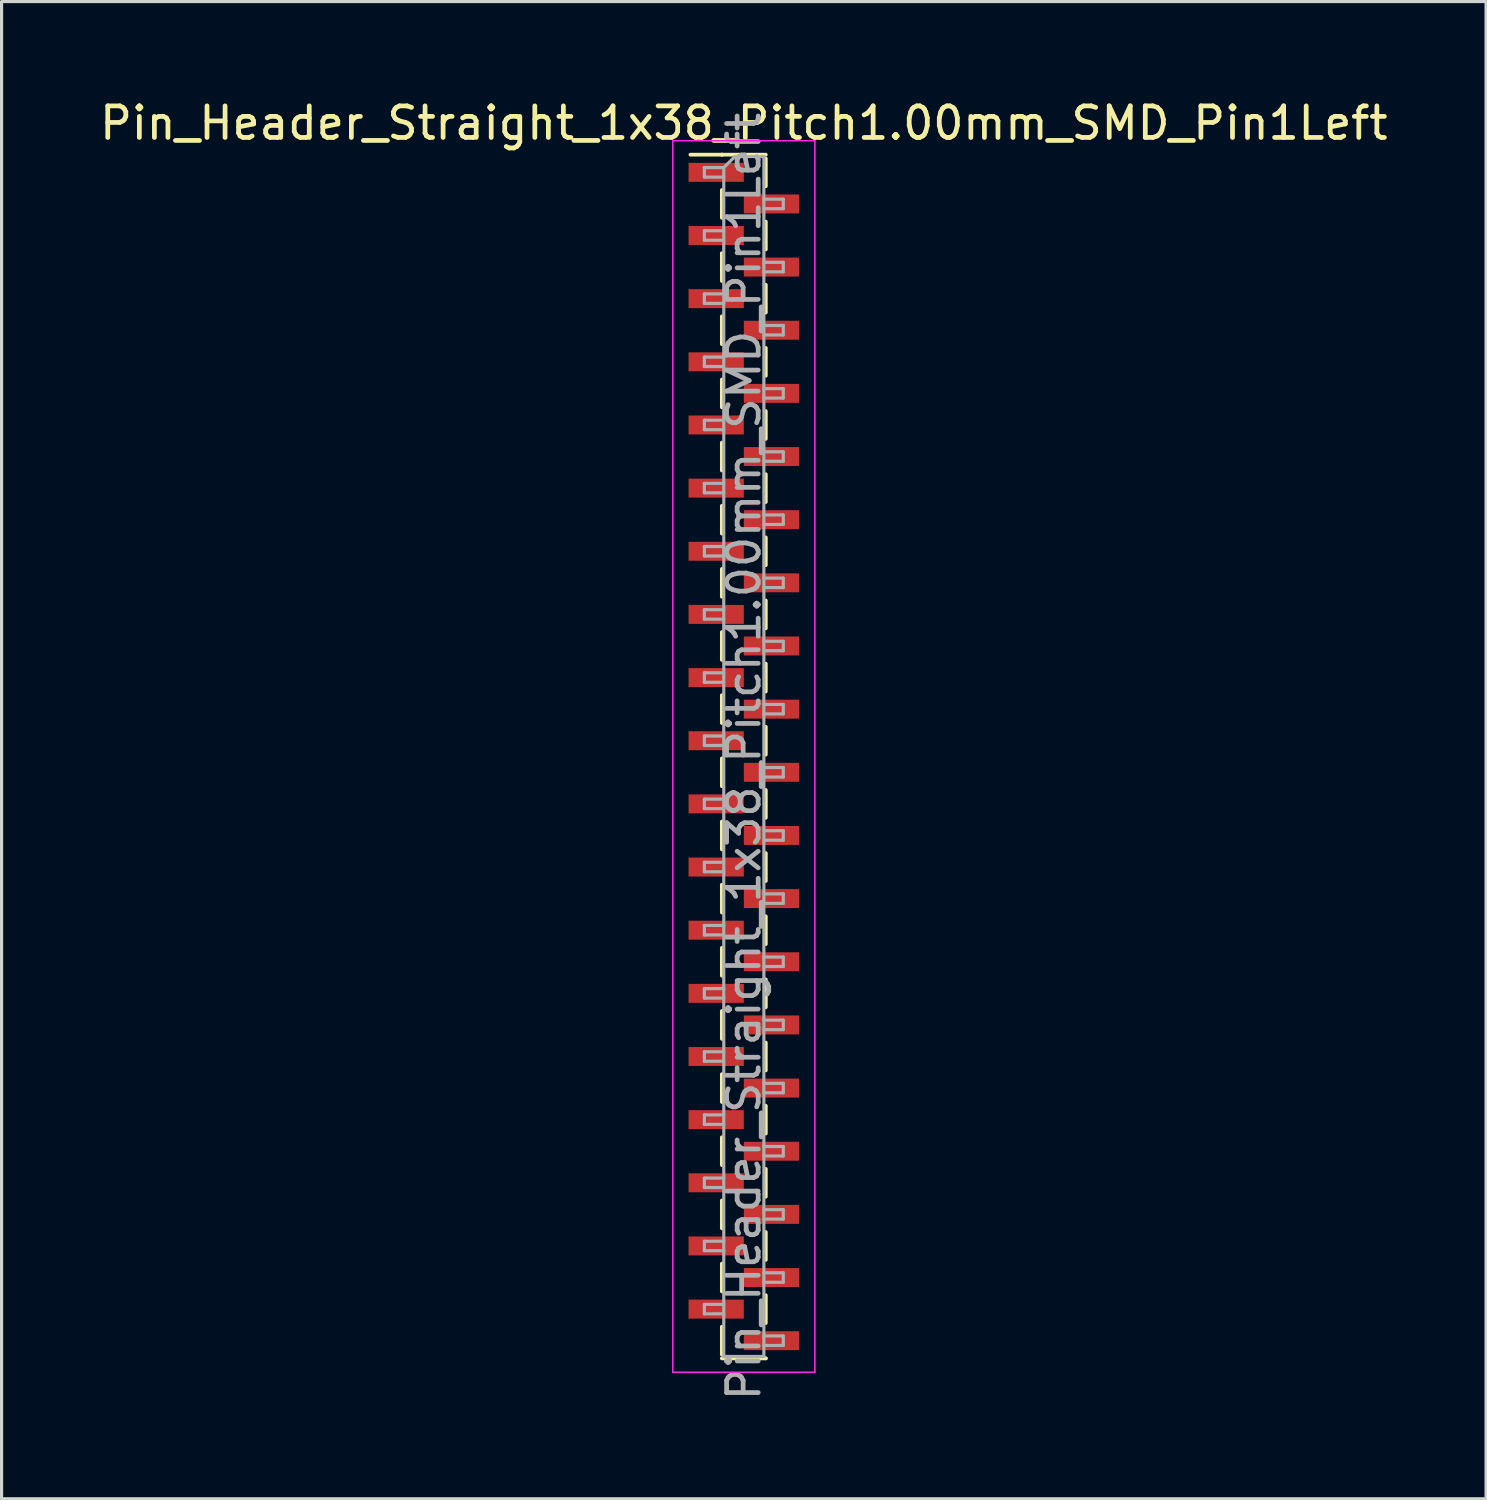
<source format=kicad_pcb>
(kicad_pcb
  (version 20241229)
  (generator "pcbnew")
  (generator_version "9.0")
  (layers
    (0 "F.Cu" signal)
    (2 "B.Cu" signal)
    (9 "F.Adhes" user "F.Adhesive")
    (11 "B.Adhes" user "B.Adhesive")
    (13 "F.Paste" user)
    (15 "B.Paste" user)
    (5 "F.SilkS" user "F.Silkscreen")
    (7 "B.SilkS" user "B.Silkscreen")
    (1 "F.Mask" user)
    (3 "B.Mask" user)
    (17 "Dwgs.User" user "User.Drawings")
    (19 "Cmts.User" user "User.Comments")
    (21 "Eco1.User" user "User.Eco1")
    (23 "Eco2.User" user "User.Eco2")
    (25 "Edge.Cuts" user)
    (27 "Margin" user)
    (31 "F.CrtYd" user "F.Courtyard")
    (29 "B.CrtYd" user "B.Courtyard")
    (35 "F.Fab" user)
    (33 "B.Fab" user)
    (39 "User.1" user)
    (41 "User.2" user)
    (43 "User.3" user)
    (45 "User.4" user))
  (footprint "Pin_Header_Straight_1x38_Pitch1.00mm_SMD_Pin1Left"
    (layer "F.Cu")
    (at 20.506 20.908)
    (property "Reference" "Pin_Header_Straight_1x38_Pitch1.00mm_SMD_Pin1Left" (at 0 -20.06 0) (layer "F.SilkS") (effects (font (size 1 1) (thickness 0.15))))
    (attr smd)
    (fp_line (start -0.695 -19.06) (end -1.69 -19.06) (stroke (width 0.12) (type solid)) (layer "F.SilkS"))
    (fp_line (start -0.695 -19.06) (end -0.695 -19.06) (stroke (width 0.12) (type solid)) (layer "F.SilkS"))
    (fp_line (start -0.695 -19.06) (end 0.695 -19.06) (stroke (width 0.12) (type solid)) (layer "F.SilkS"))
    (fp_line (start -0.695 -17.94) (end -0.695 -17.06) (stroke (width 0.12) (type solid)) (layer "F.SilkS"))
    (fp_line (start -0.695 -15.94) (end -0.695 -15.06) (stroke (width 0.12) (type solid)) (layer "F.SilkS"))
    (fp_line (start -0.695 -13.94) (end -0.695 -13.06) (stroke (width 0.12) (type solid)) (layer "F.SilkS"))
    (fp_line (start -0.695 -11.94) (end -0.695 -11.06) (stroke (width 0.12) (type solid)) (layer "F.SilkS"))
    (fp_line (start -0.695 -9.94) (end -0.695 -9.06) (stroke (width 0.12) (type solid)) (layer "F.SilkS"))
    (fp_line (start -0.695 -7.94) (end -0.695 -7.06) (stroke (width 0.12) (type solid)) (layer "F.SilkS"))
    (fp_line (start -0.695 -5.94) (end -0.695 -5.06) (stroke (width 0.12) (type solid)) (layer "F.SilkS"))
    (fp_line (start -0.695 -3.94) (end -0.695 -3.06) (stroke (width 0.12) (type solid)) (layer "F.SilkS"))
    (fp_line (start -0.695 -1.94) (end -0.695 -1.06) (stroke (width 0.12) (type solid)) (layer "F.SilkS"))
    (fp_line (start -0.695 0.06) (end -0.695 0.94) (stroke (width 0.12) (type solid)) (layer "F.SilkS"))
    (fp_line (start -0.695 2.06) (end -0.695 2.94) (stroke (width 0.12) (type solid)) (layer "F.SilkS"))
    (fp_line (start -0.695 4.06) (end -0.695 4.94) (stroke (width 0.12) (type solid)) (layer "F.SilkS"))
    (fp_line (start -0.695 6.06) (end -0.695 6.94) (stroke (width 0.12) (type solid)) (layer "F.SilkS"))
    (fp_line (start -0.695 8.06) (end -0.695 8.94) (stroke (width 0.12) (type solid)) (layer "F.SilkS"))
    (fp_line (start -0.695 10.06) (end -0.695 10.94) (stroke (width 0.12) (type solid)) (layer "F.SilkS"))
    (fp_line (start -0.695 12.06) (end -0.695 12.94) (stroke (width 0.12) (type solid)) (layer "F.SilkS"))
    (fp_line (start -0.695 14.06) (end -0.695 14.94) (stroke (width 0.12) (type solid)) (layer "F.SilkS"))
    (fp_line (start -0.695 16.06) (end -0.695 16.94) (stroke (width 0.12) (type solid)) (layer "F.SilkS"))
    (fp_line (start -0.695 18.06) (end -0.695 18.94) (stroke (width 0.12) (type solid)) (layer "F.SilkS"))
    (fp_line (start -0.695 19.06) (end 0.695 19.06) (stroke (width 0.12) (type solid)) (layer "F.SilkS"))
    (fp_line (start 0.695 -18.94) (end 0.695 -18.06) (stroke (width 0.12) (type solid)) (layer "F.SilkS"))
    (fp_line (start 0.695 -16.94) (end 0.695 -16.06) (stroke (width 0.12) (type solid)) (layer "F.SilkS"))
    (fp_line (start 0.695 -14.94) (end 0.695 -14.06) (stroke (width 0.12) (type solid)) (layer "F.SilkS"))
    (fp_line (start 0.695 -12.94) (end 0.695 -12.06) (stroke (width 0.12) (type solid)) (layer "F.SilkS"))
    (fp_line (start 0.695 -10.94) (end 0.695 -10.06) (stroke (width 0.12) (type solid)) (layer "F.SilkS"))
    (fp_line (start 0.695 -8.94) (end 0.695 -8.06) (stroke (width 0.12) (type solid)) (layer "F.SilkS"))
    (fp_line (start 0.695 -6.94) (end 0.695 -6.06) (stroke (width 0.12) (type solid)) (layer "F.SilkS"))
    (fp_line (start 0.695 -4.94) (end 0.695 -4.06) (stroke (width 0.12) (type solid)) (layer "F.SilkS"))
    (fp_line (start 0.695 -2.94) (end 0.695 -2.06) (stroke (width 0.12) (type solid)) (layer "F.SilkS"))
    (fp_line (start 0.695 -0.94) (end 0.695 -0.06) (stroke (width 0.12) (type solid)) (layer "F.SilkS"))
    (fp_line (start 0.695 1.06) (end 0.695 1.94) (stroke (width 0.12) (type solid)) (layer "F.SilkS"))
    (fp_line (start 0.695 3.06) (end 0.695 3.94) (stroke (width 0.12) (type solid)) (layer "F.SilkS"))
    (fp_line (start 0.695 5.06) (end 0.695 5.94) (stroke (width 0.12) (type solid)) (layer "F.SilkS"))
    (fp_line (start 0.695 7.06) (end 0.695 7.94) (stroke (width 0.12) (type solid)) (layer "F.SilkS"))
    (fp_line (start 0.695 9.06) (end 0.695 9.94) (stroke (width 0.12) (type solid)) (layer "F.SilkS"))
    (fp_line (start 0.695 11.06) (end 0.695 11.94) (stroke (width 0.12) (type solid)) (layer "F.SilkS"))
    (fp_line (start 0.695 13.06) (end 0.695 13.94) (stroke (width 0.12) (type solid)) (layer "F.SilkS"))
    (fp_line (start 0.695 15.06) (end 0.695 15.94) (stroke (width 0.12) (type solid)) (layer "F.SilkS"))
    (fp_line (start 0.695 17.06) (end 0.695 17.94) (stroke (width 0.12) (type solid)) (layer "F.SilkS"))
    (fp_line (start 0.695 19.06) (end 0.695 19.06) (stroke (width 0.12) (type solid)) (layer "F.SilkS"))
    (fp_line (start -2.25 -19.5) (end -2.25 19.5) (stroke (width 0.05) (type solid)) (layer "F.CrtYd"))
    (fp_line (start -2.25 19.5) (end 2.25 19.5) (stroke (width 0.05) (type solid)) (layer "F.CrtYd"))
    (fp_line (start 2.25 -19.5) (end -2.25 -19.5) (stroke (width 0.05) (type solid)) (layer "F.CrtYd"))
    (fp_line (start 2.25 19.5) (end 2.25 -19.5) (stroke (width 0.05) (type solid)) (layer "F.CrtYd"))
    (fp_line (start -1.25 -18.65) (end -1.25 -18.35) (stroke (width 0.1) (type solid)) (layer "F.Fab"))
    (fp_line (start -1.25 -18.35) (end -0.635 -18.35) (stroke (width 0.1) (type solid)) (layer "F.Fab"))
    (fp_line (start -1.25 -16.65) (end -1.25 -16.35) (stroke (width 0.1) (type solid)) (layer "F.Fab"))
    (fp_line (start -1.25 -16.35) (end -0.635 -16.35) (stroke (width 0.1) (type solid)) (layer "F.Fab"))
    (fp_line (start -1.25 -14.65) (end -1.25 -14.35) (stroke (width 0.1) (type solid)) (layer "F.Fab"))
    (fp_line (start -1.25 -14.35) (end -0.635 -14.35) (stroke (width 0.1) (type solid)) (layer "F.Fab"))
    (fp_line (start -1.25 -12.65) (end -1.25 -12.35) (stroke (width 0.1) (type solid)) (layer "F.Fab"))
    (fp_line (start -1.25 -12.35) (end -0.635 -12.35) (stroke (width 0.1) (type solid)) (layer "F.Fab"))
    (fp_line (start -1.25 -10.65) (end -1.25 -10.35) (stroke (width 0.1) (type solid)) (layer "F.Fab"))
    (fp_line (start -1.25 -10.35) (end -0.635 -10.35) (stroke (width 0.1) (type solid)) (layer "F.Fab"))
    (fp_line (start -1.25 -8.65) (end -1.25 -8.35) (stroke (width 0.1) (type solid)) (layer "F.Fab"))
    (fp_line (start -1.25 -8.35) (end -0.635 -8.35) (stroke (width 0.1) (type solid)) (layer "F.Fab"))
    (fp_line (start -1.25 -6.65) (end -1.25 -6.35) (stroke (width 0.1) (type solid)) (layer "F.Fab"))
    (fp_line (start -1.25 -6.35) (end -0.635 -6.35) (stroke (width 0.1) (type solid)) (layer "F.Fab"))
    (fp_line (start -1.25 -4.65) (end -1.25 -4.35) (stroke (width 0.1) (type solid)) (layer "F.Fab"))
    (fp_line (start -1.25 -4.35) (end -0.635 -4.35) (stroke (width 0.1) (type solid)) (layer "F.Fab"))
    (fp_line (start -1.25 -2.65) (end -1.25 -2.35) (stroke (width 0.1) (type solid)) (layer "F.Fab"))
    (fp_line (start -1.25 -2.35) (end -0.635 -2.35) (stroke (width 0.1) (type solid)) (layer "F.Fab"))
    (fp_line (start -1.25 -0.65) (end -1.25 -0.35) (stroke (width 0.1) (type solid)) (layer "F.Fab"))
    (fp_line (start -1.25 -0.35) (end -0.635 -0.35) (stroke (width 0.1) (type solid)) (layer "F.Fab"))
    (fp_line (start -1.25 1.35) (end -1.25 1.65) (stroke (width 0.1) (type solid)) (layer "F.Fab"))
    (fp_line (start -1.25 1.65) (end -0.635 1.65) (stroke (width 0.1) (type solid)) (layer "F.Fab"))
    (fp_line (start -1.25 3.35) (end -1.25 3.65) (stroke (width 0.1) (type solid)) (layer "F.Fab"))
    (fp_line (start -1.25 3.65) (end -0.635 3.65) (stroke (width 0.1) (type solid)) (layer "F.Fab"))
    (fp_line (start -1.25 5.35) (end -1.25 5.65) (stroke (width 0.1) (type solid)) (layer "F.Fab"))
    (fp_line (start -1.25 5.65) (end -0.635 5.65) (stroke (width 0.1) (type solid)) (layer "F.Fab"))
    (fp_line (start -1.25 7.35) (end -1.25 7.65) (stroke (width 0.1) (type solid)) (layer "F.Fab"))
    (fp_line (start -1.25 7.65) (end -0.635 7.65) (stroke (width 0.1) (type solid)) (layer "F.Fab"))
    (fp_line (start -1.25 9.35) (end -1.25 9.65) (stroke (width 0.1) (type solid)) (layer "F.Fab"))
    (fp_line (start -1.25 9.65) (end -0.635 9.65) (stroke (width 0.1) (type solid)) (layer "F.Fab"))
    (fp_line (start -1.25 11.35) (end -1.25 11.65) (stroke (width 0.1) (type solid)) (layer "F.Fab"))
    (fp_line (start -1.25 11.65) (end -0.635 11.65) (stroke (width 0.1) (type solid)) (layer "F.Fab"))
    (fp_line (start -1.25 13.35) (end -1.25 13.65) (stroke (width 0.1) (type solid)) (layer "F.Fab"))
    (fp_line (start -1.25 13.65) (end -0.635 13.65) (stroke (width 0.1) (type solid)) (layer "F.Fab"))
    (fp_line (start -1.25 15.35) (end -1.25 15.65) (stroke (width 0.1) (type solid)) (layer "F.Fab"))
    (fp_line (start -1.25 15.65) (end -0.635 15.65) (stroke (width 0.1) (type solid)) (layer "F.Fab"))
    (fp_line (start -1.25 17.35) (end -1.25 17.65) (stroke (width 0.1) (type solid)) (layer "F.Fab"))
    (fp_line (start -1.25 17.65) (end -0.635 17.65) (stroke (width 0.1) (type solid)) (layer "F.Fab"))
    (fp_line (start -0.635 -18.65) (end -1.25 -18.65) (stroke (width 0.1) (type solid)) (layer "F.Fab"))
    (fp_line (start -0.635 -18.65) (end -0.285 -19) (stroke (width 0.1) (type solid)) (layer "F.Fab"))
    (fp_line (start -0.635 -16.65) (end -1.25 -16.65) (stroke (width 0.1) (type solid)) (layer "F.Fab"))
    (fp_line (start -0.635 -14.65) (end -1.25 -14.65) (stroke (width 0.1) (type solid)) (layer "F.Fab"))
    (fp_line (start -0.635 -12.65) (end -1.25 -12.65) (stroke (width 0.1) (type solid)) (layer "F.Fab"))
    (fp_line (start -0.635 -10.65) (end -1.25 -10.65) (stroke (width 0.1) (type solid)) (layer "F.Fab"))
    (fp_line (start -0.635 -8.65) (end -1.25 -8.65) (stroke (width 0.1) (type solid)) (layer "F.Fab"))
    (fp_line (start -0.635 -6.65) (end -1.25 -6.65) (stroke (width 0.1) (type solid)) (layer "F.Fab"))
    (fp_line (start -0.635 -4.65) (end -1.25 -4.65) (stroke (width 0.1) (type solid)) (layer "F.Fab"))
    (fp_line (start -0.635 -2.65) (end -1.25 -2.65) (stroke (width 0.1) (type solid)) (layer "F.Fab"))
    (fp_line (start -0.635 -0.65) (end -1.25 -0.65) (stroke (width 0.1) (type solid)) (layer "F.Fab"))
    (fp_line (start -0.635 1.35) (end -1.25 1.35) (stroke (width 0.1) (type solid)) (layer "F.Fab"))
    (fp_line (start -0.635 3.35) (end -1.25 3.35) (stroke (width 0.1) (type solid)) (layer "F.Fab"))
    (fp_line (start -0.635 5.35) (end -1.25 5.35) (stroke (width 0.1) (type solid)) (layer "F.Fab"))
    (fp_line (start -0.635 7.35) (end -1.25 7.35) (stroke (width 0.1) (type solid)) (layer "F.Fab"))
    (fp_line (start -0.635 9.35) (end -1.25 9.35) (stroke (width 0.1) (type solid)) (layer "F.Fab"))
    (fp_line (start -0.635 11.35) (end -1.25 11.35) (stroke (width 0.1) (type solid)) (layer "F.Fab"))
    (fp_line (start -0.635 13.35) (end -1.25 13.35) (stroke (width 0.1) (type solid)) (layer "F.Fab"))
    (fp_line (start -0.635 15.35) (end -1.25 15.35) (stroke (width 0.1) (type solid)) (layer "F.Fab"))
    (fp_line (start -0.635 17.35) (end -1.25 17.35) (stroke (width 0.1) (type solid)) (layer "F.Fab"))
    (fp_line (start -0.635 19) (end -0.635 -18.65) (stroke (width 0.1) (type solid)) (layer "F.Fab"))
    (fp_line (start -0.285 -19) (end 0.635 -19) (stroke (width 0.1) (type solid)) (layer "F.Fab"))
    (fp_line (start 0.635 -19) (end 0.635 19) (stroke (width 0.1) (type solid)) (layer "F.Fab"))
    (fp_line (start 0.635 -17.65) (end 1.25 -17.65) (stroke (width 0.1) (type solid)) (layer "F.Fab"))
    (fp_line (start 0.635 -15.65) (end 1.25 -15.65) (stroke (width 0.1) (type solid)) (layer "F.Fab"))
    (fp_line (start 0.635 -13.65) (end 1.25 -13.65) (stroke (width 0.1) (type solid)) (layer "F.Fab"))
    (fp_line (start 0.635 -11.65) (end 1.25 -11.65) (stroke (width 0.1) (type solid)) (layer "F.Fab"))
    (fp_line (start 0.635 -9.65) (end 1.25 -9.65) (stroke (width 0.1) (type solid)) (layer "F.Fab"))
    (fp_line (start 0.635 -7.65) (end 1.25 -7.65) (stroke (width 0.1) (type solid)) (layer "F.Fab"))
    (fp_line (start 0.635 -5.65) (end 1.25 -5.65) (stroke (width 0.1) (type solid)) (layer "F.Fab"))
    (fp_line (start 0.635 -3.65) (end 1.25 -3.65) (stroke (width 0.1) (type solid)) (layer "F.Fab"))
    (fp_line (start 0.635 -1.65) (end 1.25 -1.65) (stroke (width 0.1) (type solid)) (layer "F.Fab"))
    (fp_line (start 0.635 0.35) (end 1.25 0.35) (stroke (width 0.1) (type solid)) (layer "F.Fab"))
    (fp_line (start 0.635 2.35) (end 1.25 2.35) (stroke (width 0.1) (type solid)) (layer "F.Fab"))
    (fp_line (start 0.635 4.35) (end 1.25 4.35) (stroke (width 0.1) (type solid)) (layer "F.Fab"))
    (fp_line (start 0.635 6.35) (end 1.25 6.35) (stroke (width 0.1) (type solid)) (layer "F.Fab"))
    (fp_line (start 0.635 8.35) (end 1.25 8.35) (stroke (width 0.1) (type solid)) (layer "F.Fab"))
    (fp_line (start 0.635 10.35) (end 1.25 10.35) (stroke (width 0.1) (type solid)) (layer "F.Fab"))
    (fp_line (start 0.635 12.35) (end 1.25 12.35) (stroke (width 0.1) (type solid)) (layer "F.Fab"))
    (fp_line (start 0.635 14.35) (end 1.25 14.35) (stroke (width 0.1) (type solid)) (layer "F.Fab"))
    (fp_line (start 0.635 16.35) (end 1.25 16.35) (stroke (width 0.1) (type solid)) (layer "F.Fab"))
    (fp_line (start 0.635 18.35) (end 1.25 18.35) (stroke (width 0.1) (type solid)) (layer "F.Fab"))
    (fp_line (start 0.635 19) (end -0.635 19) (stroke (width 0.1) (type solid)) (layer "F.Fab"))
    (fp_line (start 1.25 -17.65) (end 1.25 -17.35) (stroke (width 0.1) (type solid)) (layer "F.Fab"))
    (fp_line (start 1.25 -17.35) (end 0.635 -17.35) (stroke (width 0.1) (type solid)) (layer "F.Fab"))
    (fp_line (start 1.25 -15.65) (end 1.25 -15.35) (stroke (width 0.1) (type solid)) (layer "F.Fab"))
    (fp_line (start 1.25 -15.35) (end 0.635 -15.35) (stroke (width 0.1) (type solid)) (layer "F.Fab"))
    (fp_line (start 1.25 -13.65) (end 1.25 -13.35) (stroke (width 0.1) (type solid)) (layer "F.Fab"))
    (fp_line (start 1.25 -13.35) (end 0.635 -13.35) (stroke (width 0.1) (type solid)) (layer "F.Fab"))
    (fp_line (start 1.25 -11.65) (end 1.25 -11.35) (stroke (width 0.1) (type solid)) (layer "F.Fab"))
    (fp_line (start 1.25 -11.35) (end 0.635 -11.35) (stroke (width 0.1) (type solid)) (layer "F.Fab"))
    (fp_line (start 1.25 -9.65) (end 1.25 -9.35) (stroke (width 0.1) (type solid)) (layer "F.Fab"))
    (fp_line (start 1.25 -9.35) (end 0.635 -9.35) (stroke (width 0.1) (type solid)) (layer "F.Fab"))
    (fp_line (start 1.25 -7.65) (end 1.25 -7.35) (stroke (width 0.1) (type solid)) (layer "F.Fab"))
    (fp_line (start 1.25 -7.35) (end 0.635 -7.35) (stroke (width 0.1) (type solid)) (layer "F.Fab"))
    (fp_line (start 1.25 -5.65) (end 1.25 -5.35) (stroke (width 0.1) (type solid)) (layer "F.Fab"))
    (fp_line (start 1.25 -5.35) (end 0.635 -5.35) (stroke (width 0.1) (type solid)) (layer "F.Fab"))
    (fp_line (start 1.25 -3.65) (end 1.25 -3.35) (stroke (width 0.1) (type solid)) (layer "F.Fab"))
    (fp_line (start 1.25 -3.35) (end 0.635 -3.35) (stroke (width 0.1) (type solid)) (layer "F.Fab"))
    (fp_line (start 1.25 -1.65) (end 1.25 -1.35) (stroke (width 0.1) (type solid)) (layer "F.Fab"))
    (fp_line (start 1.25 -1.35) (end 0.635 -1.35) (stroke (width 0.1) (type solid)) (layer "F.Fab"))
    (fp_line (start 1.25 0.35) (end 1.25 0.65) (stroke (width 0.1) (type solid)) (layer "F.Fab"))
    (fp_line (start 1.25 0.65) (end 0.635 0.65) (stroke (width 0.1) (type solid)) (layer "F.Fab"))
    (fp_line (start 1.25 2.35) (end 1.25 2.65) (stroke (width 0.1) (type solid)) (layer "F.Fab"))
    (fp_line (start 1.25 2.65) (end 0.635 2.65) (stroke (width 0.1) (type solid)) (layer "F.Fab"))
    (fp_line (start 1.25 4.35) (end 1.25 4.65) (stroke (width 0.1) (type solid)) (layer "F.Fab"))
    (fp_line (start 1.25 4.65) (end 0.635 4.65) (stroke (width 0.1) (type solid)) (layer "F.Fab"))
    (fp_line (start 1.25 6.35) (end 1.25 6.65) (stroke (width 0.1) (type solid)) (layer "F.Fab"))
    (fp_line (start 1.25 6.65) (end 0.635 6.65) (stroke (width 0.1) (type solid)) (layer "F.Fab"))
    (fp_line (start 1.25 8.35) (end 1.25 8.65) (stroke (width 0.1) (type solid)) (layer "F.Fab"))
    (fp_line (start 1.25 8.65) (end 0.635 8.65) (stroke (width 0.1) (type solid)) (layer "F.Fab"))
    (fp_line (start 1.25 10.35) (end 1.25 10.65) (stroke (width 0.1) (type solid)) (layer "F.Fab"))
    (fp_line (start 1.25 10.65) (end 0.635 10.65) (stroke (width 0.1) (type solid)) (layer "F.Fab"))
    (fp_line (start 1.25 12.35) (end 1.25 12.65) (stroke (width 0.1) (type solid)) (layer "F.Fab"))
    (fp_line (start 1.25 12.65) (end 0.635 12.65) (stroke (width 0.1) (type solid)) (layer "F.Fab"))
    (fp_line (start 1.25 14.35) (end 1.25 14.65) (stroke (width 0.1) (type solid)) (layer "F.Fab"))
    (fp_line (start 1.25 14.65) (end 0.635 14.65) (stroke (width 0.1) (type solid)) (layer "F.Fab"))
    (fp_line (start 1.25 16.35) (end 1.25 16.65) (stroke (width 0.1) (type solid)) (layer "F.Fab"))
    (fp_line (start 1.25 16.65) (end 0.635 16.65) (stroke (width 0.1) (type solid)) (layer "F.Fab"))
    (fp_line (start 1.25 18.35) (end 1.25 18.65) (stroke (width 0.1) (type solid)) (layer "F.Fab"))
    (fp_line (start 1.25 18.65) (end 0.635 18.65) (stroke (width 0.1) (type solid)) (layer "F.Fab"))
    (fp_text user "${REFERENCE}" (at 0 0 90) (layer "F.Fab") (effects (font (size 1 1) (thickness 0.15))))
    (pad "1" smd rect (at -0.875 -18.5) (size 1.75 0.6) (layers "F.Cu" "F.Mask" "F.Paste"))
    (pad "2" smd rect (at 0.875 -17.5) (size 1.75 0.6) (layers "F.Cu" "F.Mask" "F.Paste"))
    (pad "3" smd rect (at -0.875 -16.5) (size 1.75 0.6) (layers "F.Cu" "F.Mask" "F.Paste"))
    (pad "4" smd rect (at 0.875 -15.5) (size 1.75 0.6) (layers "F.Cu" "F.Mask" "F.Paste"))
    (pad "5" smd rect (at -0.875 -14.5) (size 1.75 0.6) (layers "F.Cu" "F.Mask" "F.Paste"))
    (pad "6" smd rect (at 0.875 -13.5) (size 1.75 0.6) (layers "F.Cu" "F.Mask" "F.Paste"))
    (pad "7" smd rect (at -0.875 -12.5) (size 1.75 0.6) (layers "F.Cu" "F.Mask" "F.Paste"))
    (pad "8" smd rect (at 0.875 -11.5) (size 1.75 0.6) (layers "F.Cu" "F.Mask" "F.Paste"))
    (pad "9" smd rect (at -0.875 -10.5) (size 1.75 0.6) (layers "F.Cu" "F.Mask" "F.Paste"))
    (pad "10" smd rect (at 0.875 -9.5) (size 1.75 0.6) (layers "F.Cu" "F.Mask" "F.Paste"))
    (pad "11" smd rect (at -0.875 -8.5) (size 1.75 0.6) (layers "F.Cu" "F.Mask" "F.Paste"))
    (pad "12" smd rect (at 0.875 -7.5) (size 1.75 0.6) (layers "F.Cu" "F.Mask" "F.Paste"))
    (pad "13" smd rect (at -0.875 -6.5) (size 1.75 0.6) (layers "F.Cu" "F.Mask" "F.Paste"))
    (pad "14" smd rect (at 0.875 -5.5) (size 1.75 0.6) (layers "F.Cu" "F.Mask" "F.Paste"))
    (pad "15" smd rect (at -0.875 -4.5) (size 1.75 0.6) (layers "F.Cu" "F.Mask" "F.Paste"))
    (pad "16" smd rect (at 0.875 -3.5) (size 1.75 0.6) (layers "F.Cu" "F.Mask" "F.Paste"))
    (pad "17" smd rect (at -0.875 -2.5) (size 1.75 0.6) (layers "F.Cu" "F.Mask" "F.Paste"))
    (pad "18" smd rect (at 0.875 -1.5) (size 1.75 0.6) (layers "F.Cu" "F.Mask" "F.Paste"))
    (pad "19" smd rect (at -0.875 -0.5) (size 1.75 0.6) (layers "F.Cu" "F.Mask" "F.Paste"))
    (pad "20" smd rect (at 0.875 0.5) (size 1.75 0.6) (layers "F.Cu" "F.Mask" "F.Paste"))
    (pad "21" smd rect (at -0.875 1.5) (size 1.75 0.6) (layers "F.Cu" "F.Mask" "F.Paste"))
    (pad "22" smd rect (at 0.875 2.5) (size 1.75 0.6) (layers "F.Cu" "F.Mask" "F.Paste"))
    (pad "23" smd rect (at -0.875 3.5) (size 1.75 0.6) (layers "F.Cu" "F.Mask" "F.Paste"))
    (pad "24" smd rect (at 0.875 4.5) (size 1.75 0.6) (layers "F.Cu" "F.Mask" "F.Paste"))
    (pad "25" smd rect (at -0.875 5.5) (size 1.75 0.6) (layers "F.Cu" "F.Mask" "F.Paste"))
    (pad "26" smd rect (at 0.875 6.5) (size 1.75 0.6) (layers "F.Cu" "F.Mask" "F.Paste"))
    (pad "27" smd rect (at -0.875 7.5) (size 1.75 0.6) (layers "F.Cu" "F.Mask" "F.Paste"))
    (pad "28" smd rect (at 0.875 8.5) (size 1.75 0.6) (layers "F.Cu" "F.Mask" "F.Paste"))
    (pad "29" smd rect (at -0.875 9.5) (size 1.75 0.6) (layers "F.Cu" "F.Mask" "F.Paste"))
    (pad "30" smd rect (at 0.875 10.5) (size 1.75 0.6) (layers "F.Cu" "F.Mask" "F.Paste"))
    (pad "31" smd rect (at -0.875 11.5) (size 1.75 0.6) (layers "F.Cu" "F.Mask" "F.Paste"))
    (pad "32" smd rect (at 0.875 12.5) (size 1.75 0.6) (layers "F.Cu" "F.Mask" "F.Paste"))
    (pad "33" smd rect (at -0.875 13.5) (size 1.75 0.6) (layers "F.Cu" "F.Mask" "F.Paste"))
    (pad "34" smd rect (at 0.875 14.5) (size 1.75 0.6) (layers "F.Cu" "F.Mask" "F.Paste"))
    (pad "35" smd rect (at -0.875 15.5) (size 1.75 0.6) (layers "F.Cu" "F.Mask" "F.Paste"))
    (pad "36" smd rect (at 0.875 16.5) (size 1.75 0.6) (layers "F.Cu" "F.Mask" "F.Paste"))
    (pad "37" smd rect (at -0.875 17.5) (size 1.75 0.6) (layers "F.Cu" "F.Mask" "F.Paste"))
    (pad "38" smd rect (at 0.875 18.5) (size 1.75 0.6) (layers "F.Cu" "F.Mask" "F.Paste")))
  (gr_rect
    (start -3 -3)
    (end 44.012 44.414)
    (stroke (width 0.1) (type default))
    (fill no)
    (layer "Edge.Cuts")))
</source>
